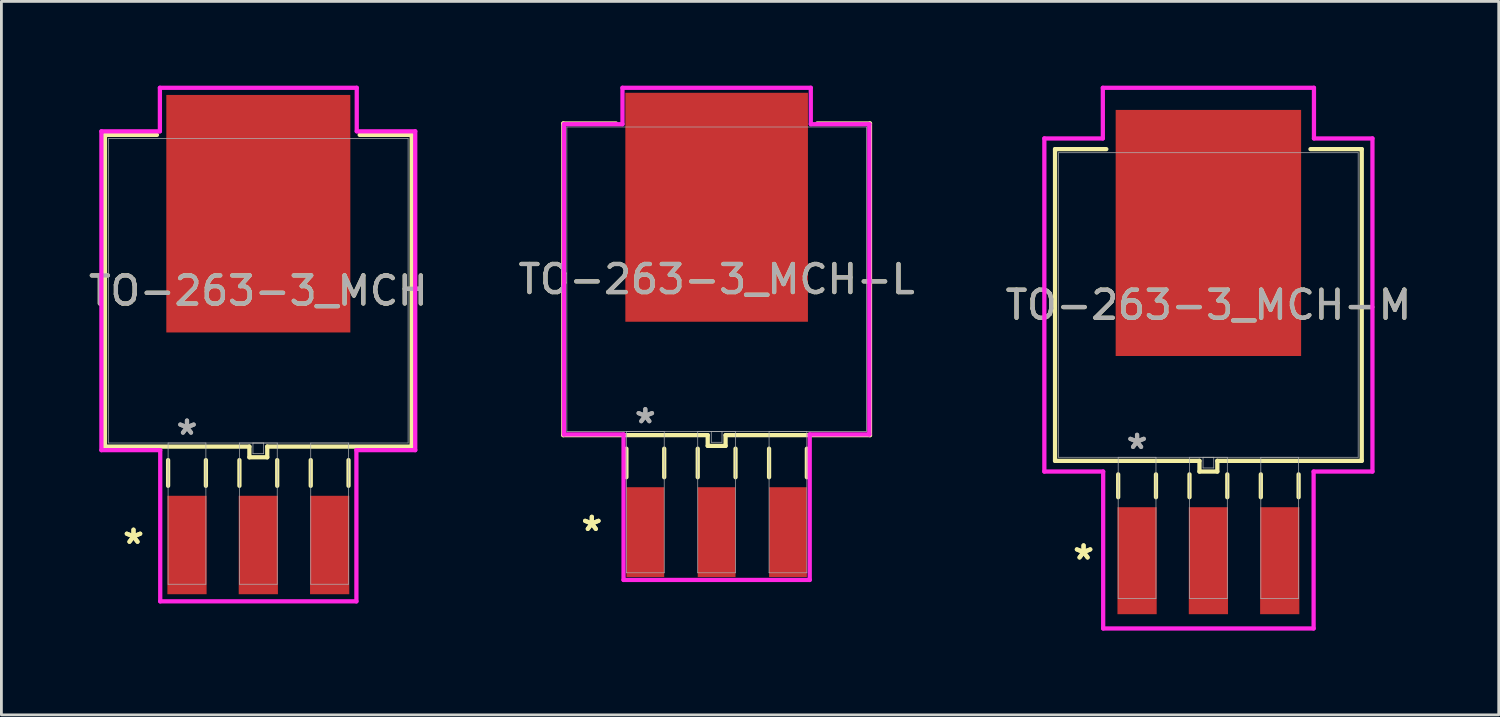
<source format=kicad_pcb>
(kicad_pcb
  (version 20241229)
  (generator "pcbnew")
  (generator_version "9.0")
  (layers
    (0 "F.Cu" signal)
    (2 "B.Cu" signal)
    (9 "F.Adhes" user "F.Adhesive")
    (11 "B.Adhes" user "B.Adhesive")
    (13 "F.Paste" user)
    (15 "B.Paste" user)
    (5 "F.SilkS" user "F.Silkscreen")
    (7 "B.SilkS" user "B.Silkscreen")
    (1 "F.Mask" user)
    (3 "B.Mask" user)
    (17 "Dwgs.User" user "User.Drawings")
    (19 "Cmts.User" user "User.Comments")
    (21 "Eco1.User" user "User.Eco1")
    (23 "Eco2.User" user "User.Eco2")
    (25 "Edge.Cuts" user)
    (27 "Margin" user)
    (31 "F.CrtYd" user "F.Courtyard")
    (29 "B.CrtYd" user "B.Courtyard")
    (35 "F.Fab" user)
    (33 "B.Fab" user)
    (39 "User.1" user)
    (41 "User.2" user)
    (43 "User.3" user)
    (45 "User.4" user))
  (footprint "TO-263-3_MCH"
    (layer "F.Cu")
    (at 6.149 7.303)
    (property "Reference" "TO-263-3_MCH" (at 0 0 0) (unlocked yes) (layer "F.SilkS") (effects (font (size 1 1) (thickness 0.15))))
    (attr smd)
    (fp_line (start -5.461 -5.55) (end -5.461 5.55) (stroke (width 0.152) (type solid)) (layer "F.SilkS"))
    (fp_line (start -5.461 5.55) (end -0.318 5.55) (stroke (width 0.152) (type solid)) (layer "F.SilkS"))
    (fp_line (start -3.609 -5.55) (end -5.461 -5.55) (stroke (width 0.152) (type solid)) (layer "F.SilkS"))
    (fp_line (start -3.213 6.032) (end -3.213 6.947) (stroke (width 0.152) (type solid)) (layer "F.SilkS"))
    (fp_line (start -1.867 6.032) (end -1.867 6.947) (stroke (width 0.152) (type solid)) (layer "F.SilkS"))
    (fp_line (start -0.673 6.032) (end -0.673 6.947) (stroke (width 0.152) (type solid)) (layer "F.SilkS"))
    (fp_line (start -0.318 5.55) (end -0.318 5.931) (stroke (width 0.152) (type solid)) (layer "F.SilkS"))
    (fp_line (start -0.318 5.931) (end 0.318 5.931) (stroke (width 0.152) (type solid)) (layer "F.SilkS"))
    (fp_line (start 0.318 5.55) (end 5.461 5.55) (stroke (width 0.152) (type solid)) (layer "F.SilkS"))
    (fp_line (start 0.318 5.931) (end 0.318 5.55) (stroke (width 0.152) (type solid)) (layer "F.SilkS"))
    (fp_line (start 0.673 6.032) (end 0.673 6.947) (stroke (width 0.152) (type solid)) (layer "F.SilkS"))
    (fp_line (start 1.867 6.032) (end 1.867 6.947) (stroke (width 0.152) (type solid)) (layer "F.SilkS"))
    (fp_line (start 3.213 6.032) (end 3.213 6.947) (stroke (width 0.152) (type solid)) (layer "F.SilkS"))
    (fp_line (start 5.461 -5.55) (end 3.609 -5.55) (stroke (width 0.152) (type solid)) (layer "F.SilkS"))
    (fp_line (start 5.461 5.55) (end 5.461 -5.55) (stroke (width 0.152) (type solid)) (layer "F.SilkS"))
    (fp_line (start -5.588 -5.677) (end -3.505 -5.677) (stroke (width 0.152) (type solid)) (layer "F.CrtYd"))
    (fp_line (start -5.588 5.677) (end -5.588 -5.677) (stroke (width 0.152) (type solid)) (layer "F.CrtYd"))
    (fp_line (start -3.505 -7.226) (end 3.505 -7.226) (stroke (width 0.152) (type solid)) (layer "F.CrtYd"))
    (fp_line (start -3.505 -5.677) (end -3.505 -7.226) (stroke (width 0.152) (type solid)) (layer "F.CrtYd"))
    (fp_line (start -3.493 5.677) (end -5.588 5.677) (stroke (width 0.152) (type solid)) (layer "F.CrtYd"))
    (fp_line (start -3.493 11.062) (end -3.493 5.677) (stroke (width 0.152) (type solid)) (layer "F.CrtYd"))
    (fp_line (start 3.493 5.677) (end 3.493 11.062) (stroke (width 0.152) (type solid)) (layer "F.CrtYd"))
    (fp_line (start 3.493 11.062) (end -3.493 11.062) (stroke (width 0.152) (type solid)) (layer "F.CrtYd"))
    (fp_line (start 3.505 -7.226) (end 3.505 -5.677) (stroke (width 0.152) (type solid)) (layer "F.CrtYd"))
    (fp_line (start 3.505 -5.677) (end 5.588 -5.677) (stroke (width 0.152) (type solid)) (layer "F.CrtYd"))
    (fp_line (start 5.588 -5.677) (end 5.588 5.677) (stroke (width 0.152) (type solid)) (layer "F.CrtYd"))
    (fp_line (start 5.588 5.677) (end 3.493 5.677) (stroke (width 0.152) (type solid)) (layer "F.CrtYd"))
    (fp_line (start -5.334 -5.423) (end -5.334 5.423) (stroke (width 0.025) (type solid)) (layer "F.Fab"))
    (fp_line (start -5.334 5.423) (end 5.334 5.423) (stroke (width 0.025) (type solid)) (layer "F.Fab"))
    (fp_line (start -3.213 5.423) (end -3.213 10.452) (stroke (width 0.025) (type solid)) (layer "F.Fab"))
    (fp_line (start -3.213 10.452) (end -1.867 10.452) (stroke (width 0.025) (type solid)) (layer "F.Fab"))
    (fp_line (start -1.867 5.423) (end -3.213 5.423) (stroke (width 0.025) (type solid)) (layer "F.Fab"))
    (fp_line (start -1.867 10.452) (end -1.867 5.423) (stroke (width 0.025) (type solid)) (layer "F.Fab"))
    (fp_line (start -0.673 5.423) (end -0.673 10.452) (stroke (width 0.025) (type solid)) (layer "F.Fab"))
    (fp_line (start -0.673 10.452) (end 0.673 10.452) (stroke (width 0.025) (type solid)) (layer "F.Fab"))
    (fp_line (start -0.191 5.423) (end -0.191 5.804) (stroke (width 0.025) (type solid)) (layer "F.Fab"))
    (fp_line (start -0.191 5.804) (end 0.191 5.804) (stroke (width 0.025) (type solid)) (layer "F.Fab"))
    (fp_line (start 0.191 5.423) (end -0.191 5.423) (stroke (width 0.025) (type solid)) (layer "F.Fab"))
    (fp_line (start 0.191 5.804) (end 0.191 5.423) (stroke (width 0.025) (type solid)) (layer "F.Fab"))
    (fp_line (start 0.673 5.423) (end -0.673 5.423) (stroke (width 0.025) (type solid)) (layer "F.Fab"))
    (fp_line (start 0.673 10.452) (end 0.673 5.423) (stroke (width 0.025) (type solid)) (layer "F.Fab"))
    (fp_line (start 1.867 5.423) (end 1.867 10.452) (stroke (width 0.025) (type solid)) (layer "F.Fab"))
    (fp_line (start 1.867 10.452) (end 3.213 10.452) (stroke (width 0.025) (type solid)) (layer "F.Fab"))
    (fp_line (start 3.213 5.423) (end 1.867 5.423) (stroke (width 0.025) (type solid)) (layer "F.Fab"))
    (fp_line (start 3.213 10.452) (end 3.213 5.423) (stroke (width 0.025) (type solid)) (layer "F.Fab"))
    (fp_line (start 5.334 -5.423) (end -5.334 -5.423) (stroke (width 0.025) (type solid)) (layer "F.Fab"))
    (fp_line (start 5.334 5.423) (end 5.334 -5.423) (stroke (width 0.025) (type solid)) (layer "F.Fab"))
    (fp_text user "*" (at -4.445 9.055 0) (unlocked yes) (layer "F.SilkS") (effects (font (size 1 1) (thickness 0.15))))
    (fp_text user "*" (at -4.445 9.055 0) (layer "F.SilkS") (effects (font (size 1 1) (thickness 0.15))))
    (fp_text user "*" (at -2.54 5.169 0) (unlocked yes) (layer "F.Fab") (effects (font (size 1 1) (thickness 0.15))))
    (fp_text user "*" (at -2.54 5.169 0) (layer "F.Fab") (effects (font (size 1 1) (thickness 0.15))))
    (fp_text user "${REFERENCE}" (at 0 0 0) (unlocked yes) (layer "F.Fab") (effects (font (size 1 1) (thickness 0.15))))
    (pad "1" smd rect (at -2.54 9.055) (size 1.397 3.505) (layers "F.Cu" "F.Mask" "F.Paste"))
    (pad "2" smd rect (at 0 9.055) (size 1.397 3.505) (layers "F.Cu" "F.Mask" "F.Paste"))
    (pad "3" smd rect (at 2.54 9.055) (size 1.397 3.505) (layers "F.Cu" "F.Mask" "F.Paste"))
    (pad "4" smd rect (at 0 -2.743) (size 6.553 8.458) (layers "F.Cu" "F.Mask" "F.Paste")))
  (footprint "TO-263-3_MCH-M"
    (layer "F.Cu")
    (at 39.982 7.811)
    (property "Reference" "TO-263-3_MCH-M" (at 0 0 0) (unlocked yes) (layer "F.SilkS") (effects (font (size 1 1) (thickness 0.15))))
    (attr smd)
    (fp_line (start -5.461 -5.55) (end -5.461 5.55) (stroke (width 0.152) (type solid)) (layer "F.SilkS"))
    (fp_line (start -5.461 5.55) (end -0.318 5.55) (stroke (width 0.152) (type solid)) (layer "F.SilkS"))
    (fp_line (start -3.635 -5.55) (end -5.461 -5.55) (stroke (width 0.152) (type solid)) (layer "F.SilkS"))
    (fp_line (start -3.213 6.032) (end -3.213 6.845) (stroke (width 0.152) (type solid)) (layer "F.SilkS"))
    (fp_line (start -1.867 6.032) (end -1.867 6.845) (stroke (width 0.152) (type solid)) (layer "F.SilkS"))
    (fp_line (start -0.673 6.032) (end -0.673 6.845) (stroke (width 0.152) (type solid)) (layer "F.SilkS"))
    (fp_line (start -0.318 5.55) (end -0.318 5.931) (stroke (width 0.152) (type solid)) (layer "F.SilkS"))
    (fp_line (start -0.318 5.931) (end 0.318 5.931) (stroke (width 0.152) (type solid)) (layer "F.SilkS"))
    (fp_line (start 0.318 5.55) (end 5.461 5.55) (stroke (width 0.152) (type solid)) (layer "F.SilkS"))
    (fp_line (start 0.318 5.931) (end 0.318 5.55) (stroke (width 0.152) (type solid)) (layer "F.SilkS"))
    (fp_line (start 0.673 6.032) (end 0.673 6.845) (stroke (width 0.152) (type solid)) (layer "F.SilkS"))
    (fp_line (start 1.867 6.032) (end 1.867 6.845) (stroke (width 0.152) (type solid)) (layer "F.SilkS"))
    (fp_line (start 3.213 6.032) (end 3.213 6.845) (stroke (width 0.152) (type solid)) (layer "F.SilkS"))
    (fp_line (start 5.461 -5.55) (end 3.635 -5.55) (stroke (width 0.152) (type solid)) (layer "F.SilkS"))
    (fp_line (start 5.461 5.55) (end 5.461 -5.55) (stroke (width 0.152) (type solid)) (layer "F.SilkS"))
    (fp_line (start -5.842 -5.931) (end -3.759 -5.931) (stroke (width 0.152) (type solid)) (layer "F.CrtYd"))
    (fp_line (start -5.842 5.931) (end -5.842 -5.931) (stroke (width 0.152) (type solid)) (layer "F.CrtYd"))
    (fp_line (start -3.759 -7.734) (end 3.759 -7.734) (stroke (width 0.152) (type solid)) (layer "F.CrtYd"))
    (fp_line (start -3.759 -5.931) (end -3.759 -7.734) (stroke (width 0.152) (type solid)) (layer "F.CrtYd"))
    (fp_line (start -3.747 5.931) (end -5.842 5.931) (stroke (width 0.152) (type solid)) (layer "F.CrtYd"))
    (fp_line (start -3.747 11.519) (end -3.747 5.931) (stroke (width 0.152) (type solid)) (layer "F.CrtYd"))
    (fp_line (start 3.747 5.931) (end 3.747 11.519) (stroke (width 0.152) (type solid)) (layer "F.CrtYd"))
    (fp_line (start 3.747 11.519) (end -3.747 11.519) (stroke (width 0.152) (type solid)) (layer "F.CrtYd"))
    (fp_line (start 3.759 -7.734) (end 3.759 -5.931) (stroke (width 0.152) (type solid)) (layer "F.CrtYd"))
    (fp_line (start 3.759 -5.931) (end 5.842 -5.931) (stroke (width 0.152) (type solid)) (layer "F.CrtYd"))
    (fp_line (start 5.842 -5.931) (end 5.842 5.931) (stroke (width 0.152) (type solid)) (layer "F.CrtYd"))
    (fp_line (start 5.842 5.931) (end 3.747 5.931) (stroke (width 0.152) (type solid)) (layer "F.CrtYd"))
    (fp_line (start -5.334 -5.423) (end -5.334 5.423) (stroke (width 0.025) (type solid)) (layer "F.Fab"))
    (fp_line (start -5.334 5.423) (end 5.334 5.423) (stroke (width 0.025) (type solid)) (layer "F.Fab"))
    (fp_line (start -3.213 5.423) (end -3.213 10.452) (stroke (width 0.025) (type solid)) (layer "F.Fab"))
    (fp_line (start -3.213 10.452) (end -1.867 10.452) (stroke (width 0.025) (type solid)) (layer "F.Fab"))
    (fp_line (start -1.867 5.423) (end -3.213 5.423) (stroke (width 0.025) (type solid)) (layer "F.Fab"))
    (fp_line (start -1.867 10.452) (end -1.867 5.423) (stroke (width 0.025) (type solid)) (layer "F.Fab"))
    (fp_line (start -0.673 5.423) (end -0.673 10.452) (stroke (width 0.025) (type solid)) (layer "F.Fab"))
    (fp_line (start -0.673 10.452) (end 0.673 10.452) (stroke (width 0.025) (type solid)) (layer "F.Fab"))
    (fp_line (start -0.191 5.423) (end -0.191 5.804) (stroke (width 0.025) (type solid)) (layer "F.Fab"))
    (fp_line (start -0.191 5.804) (end 0.191 5.804) (stroke (width 0.025) (type solid)) (layer "F.Fab"))
    (fp_line (start 0.191 5.423) (end -0.191 5.423) (stroke (width 0.025) (type solid)) (layer "F.Fab"))
    (fp_line (start 0.191 5.804) (end 0.191 5.423) (stroke (width 0.025) (type solid)) (layer "F.Fab"))
    (fp_line (start 0.673 5.423) (end -0.673 5.423) (stroke (width 0.025) (type solid)) (layer "F.Fab"))
    (fp_line (start 0.673 10.452) (end 0.673 5.423) (stroke (width 0.025) (type solid)) (layer "F.Fab"))
    (fp_line (start 1.867 5.423) (end 1.867 10.452) (stroke (width 0.025) (type solid)) (layer "F.Fab"))
    (fp_line (start 1.867 10.452) (end 3.213 10.452) (stroke (width 0.025) (type solid)) (layer "F.Fab"))
    (fp_line (start 3.213 5.423) (end 1.867 5.423) (stroke (width 0.025) (type solid)) (layer "F.Fab"))
    (fp_line (start 3.213 10.452) (end 3.213 5.423) (stroke (width 0.025) (type solid)) (layer "F.Fab"))
    (fp_line (start 5.334 -5.423) (end -5.334 -5.423) (stroke (width 0.025) (type solid)) (layer "F.Fab"))
    (fp_line (start 5.334 5.423) (end 5.334 -5.423) (stroke (width 0.025) (type solid)) (layer "F.Fab"))
    (fp_text user "*" (at -4.445 9.106 0) (unlocked yes) (layer "F.SilkS") (effects (font (size 1 1) (thickness 0.15))))
    (fp_text user "*" (at -4.445 9.106 0) (layer "F.SilkS") (effects (font (size 1 1) (thickness 0.15))))
    (fp_text user "*" (at -2.54 5.169 0) (unlocked yes) (layer "F.Fab") (effects (font (size 1 1) (thickness 0.15))))
    (fp_text user "*" (at -2.54 5.169 0) (layer "F.Fab") (effects (font (size 1 1) (thickness 0.15))))
    (fp_text user "${REFERENCE}" (at 0 0 0) (unlocked yes) (layer "F.Fab") (effects (font (size 1 1) (thickness 0.15))))
    (pad "1" smd rect (at -2.54 9.106) (size 1.397 3.81) (layers "F.Cu" "F.Mask" "F.Paste"))
    (pad "2" smd rect (at 0 9.106) (size 1.397 3.81) (layers "F.Cu" "F.Mask" "F.Paste"))
    (pad "3" smd rect (at 2.54 9.106) (size 1.397 3.81) (layers "F.Cu" "F.Mask" "F.Paste"))
    (pad "4" smd rect (at 0 -2.565) (size 6.604 8.763) (layers "F.Cu" "F.Mask" "F.Paste")))
  (footprint "TO-263-3_MCH-L"
    (layer "F.Cu")
    (at 22.47 6.896)
    (property "Reference" "TO-263-3_MCH-L" (at 0 0 0) (unlocked yes) (layer "F.SilkS") (effects (font (size 1 1) (thickness 0.15))))
    (attr smd)
    (fp_line (start -5.461 -5.55) (end -5.461 5.55) (stroke (width 0.152) (type solid)) (layer "F.SilkS"))
    (fp_line (start -5.461 5.55) (end -0.318 5.55) (stroke (width 0.152) (type solid)) (layer "F.SilkS"))
    (fp_line (start -3.584 -5.55) (end -5.461 -5.55) (stroke (width 0.152) (type solid)) (layer "F.SilkS"))
    (fp_line (start -3.213 6.032) (end -3.213 7.048) (stroke (width 0.152) (type solid)) (layer "F.SilkS"))
    (fp_line (start -1.867 6.032) (end -1.867 7.048) (stroke (width 0.152) (type solid)) (layer "F.SilkS"))
    (fp_line (start -0.673 6.032) (end -0.673 7.048) (stroke (width 0.152) (type solid)) (layer "F.SilkS"))
    (fp_line (start -0.318 5.55) (end -0.318 5.931) (stroke (width 0.152) (type solid)) (layer "F.SilkS"))
    (fp_line (start -0.318 5.931) (end 0.318 5.931) (stroke (width 0.152) (type solid)) (layer "F.SilkS"))
    (fp_line (start 0.318 5.55) (end 5.461 5.55) (stroke (width 0.152) (type solid)) (layer "F.SilkS"))
    (fp_line (start 0.318 5.931) (end 0.318 5.55) (stroke (width 0.152) (type solid)) (layer "F.SilkS"))
    (fp_line (start 0.673 6.032) (end 0.673 7.048) (stroke (width 0.152) (type solid)) (layer "F.SilkS"))
    (fp_line (start 1.867 6.032) (end 1.867 7.048) (stroke (width 0.152) (type solid)) (layer "F.SilkS"))
    (fp_line (start 3.213 6.032) (end 3.213 7.048) (stroke (width 0.152) (type solid)) (layer "F.SilkS"))
    (fp_line (start 5.461 -5.55) (end 3.584 -5.55) (stroke (width 0.152) (type solid)) (layer "F.SilkS"))
    (fp_line (start 5.461 5.55) (end 5.461 -5.55) (stroke (width 0.152) (type solid)) (layer "F.SilkS"))
    (fp_line (start -5.436 -5.524) (end -3.353 -5.524) (stroke (width 0.152) (type solid)) (layer "F.CrtYd"))
    (fp_line (start -5.436 5.524) (end -5.436 -5.524) (stroke (width 0.152) (type solid)) (layer "F.CrtYd"))
    (fp_line (start -3.353 -6.82) (end 3.353 -6.82) (stroke (width 0.152) (type solid)) (layer "F.CrtYd"))
    (fp_line (start -3.353 -5.524) (end -3.353 -6.82) (stroke (width 0.152) (type solid)) (layer "F.CrtYd"))
    (fp_line (start -3.315 5.524) (end -5.436 5.524) (stroke (width 0.152) (type solid)) (layer "F.CrtYd"))
    (fp_line (start -3.315 10.706) (end -3.315 5.524) (stroke (width 0.152) (type solid)) (layer "F.CrtYd"))
    (fp_line (start 3.315 5.524) (end 3.315 10.706) (stroke (width 0.152) (type solid)) (layer "F.CrtYd"))
    (fp_line (start 3.315 10.706) (end -3.315 10.706) (stroke (width 0.152) (type solid)) (layer "F.CrtYd"))
    (fp_line (start 3.353 -6.82) (end 3.353 -5.524) (stroke (width 0.152) (type solid)) (layer "F.CrtYd"))
    (fp_line (start 3.353 -5.524) (end 5.436 -5.524) (stroke (width 0.152) (type solid)) (layer "F.CrtYd"))
    (fp_line (start 5.436 -5.524) (end 5.436 5.524) (stroke (width 0.152) (type solid)) (layer "F.CrtYd"))
    (fp_line (start 5.436 5.524) (end 3.315 5.524) (stroke (width 0.152) (type solid)) (layer "F.CrtYd"))
    (fp_line (start -5.334 -5.423) (end -5.334 5.423) (stroke (width 0.025) (type solid)) (layer "F.Fab"))
    (fp_line (start -5.334 5.423) (end 5.334 5.423) (stroke (width 0.025) (type solid)) (layer "F.Fab"))
    (fp_line (start -3.213 5.423) (end -3.213 10.452) (stroke (width 0.025) (type solid)) (layer "F.Fab"))
    (fp_line (start -3.213 10.452) (end -1.867 10.452) (stroke (width 0.025) (type solid)) (layer "F.Fab"))
    (fp_line (start -1.867 5.423) (end -3.213 5.423) (stroke (width 0.025) (type solid)) (layer "F.Fab"))
    (fp_line (start -1.867 10.452) (end -1.867 5.423) (stroke (width 0.025) (type solid)) (layer "F.Fab"))
    (fp_line (start -0.673 5.423) (end -0.673 10.452) (stroke (width 0.025) (type solid)) (layer "F.Fab"))
    (fp_line (start -0.673 10.452) (end 0.673 10.452) (stroke (width 0.025) (type solid)) (layer "F.Fab"))
    (fp_line (start -0.191 5.423) (end -0.191 5.804) (stroke (width 0.025) (type solid)) (layer "F.Fab"))
    (fp_line (start -0.191 5.804) (end 0.191 5.804) (stroke (width 0.025) (type solid)) (layer "F.Fab"))
    (fp_line (start 0.191 5.423) (end -0.191 5.423) (stroke (width 0.025) (type solid)) (layer "F.Fab"))
    (fp_line (start 0.191 5.804) (end 0.191 5.423) (stroke (width 0.025) (type solid)) (layer "F.Fab"))
    (fp_line (start 0.673 5.423) (end -0.673 5.423) (stroke (width 0.025) (type solid)) (layer "F.Fab"))
    (fp_line (start 0.673 10.452) (end 0.673 5.423) (stroke (width 0.025) (type solid)) (layer "F.Fab"))
    (fp_line (start 1.867 5.423) (end 1.867 10.452) (stroke (width 0.025) (type solid)) (layer "F.Fab"))
    (fp_line (start 1.867 10.452) (end 3.213 10.452) (stroke (width 0.025) (type solid)) (layer "F.Fab"))
    (fp_line (start 3.213 5.423) (end 1.867 5.423) (stroke (width 0.025) (type solid)) (layer "F.Fab"))
    (fp_line (start 3.213 10.452) (end 3.213 5.423) (stroke (width 0.025) (type solid)) (layer "F.Fab"))
    (fp_line (start 5.334 -5.423) (end -5.334 -5.423) (stroke (width 0.025) (type solid)) (layer "F.Fab"))
    (fp_line (start 5.334 5.423) (end 5.334 -5.423) (stroke (width 0.025) (type solid)) (layer "F.Fab"))
    (fp_text user "*" (at -4.445 9.004 0) (layer "F.SilkS") (effects (font (size 1 1) (thickness 0.15))))
    (fp_text user "*" (at -4.445 9.004 0) (unlocked yes) (layer "F.SilkS") (effects (font (size 1 1) (thickness 0.15))))
    (fp_text user "*" (at -2.54 5.169 0) (layer "F.Fab") (effects (font (size 1 1) (thickness 0.15))))
    (fp_text user "*" (at -2.54 5.169 0) (unlocked yes) (layer "F.Fab") (effects (font (size 1 1) (thickness 0.15))))
    (fp_text user "${REFERENCE}" (at 0 0 0) (unlocked yes) (layer "F.Fab") (effects (font (size 1 1) (thickness 0.15))))
    (pad "1" smd rect (at -2.54 9.004) (size 1.346 3.2) (layers "F.Cu" "F.Mask" "F.Paste"))
    (pad "2" smd rect (at 0 9.004) (size 1.346 3.2) (layers "F.Cu" "F.Mask" "F.Paste"))
    (pad "3" smd rect (at 2.54 9.004) (size 1.346 3.2) (layers "F.Cu" "F.Mask" "F.Paste"))
    (pad "4" smd rect (at 0 -2.565) (size 6.502 8.153) (layers "F.Cu" "F.Mask" "F.Paste")))
  (gr_rect
    (start -3 -3)
    (end 50.321 22.406)
    (stroke (width 0.1) (type default))
    (fill no)
    (layer "Edge.Cuts")))
</source>
